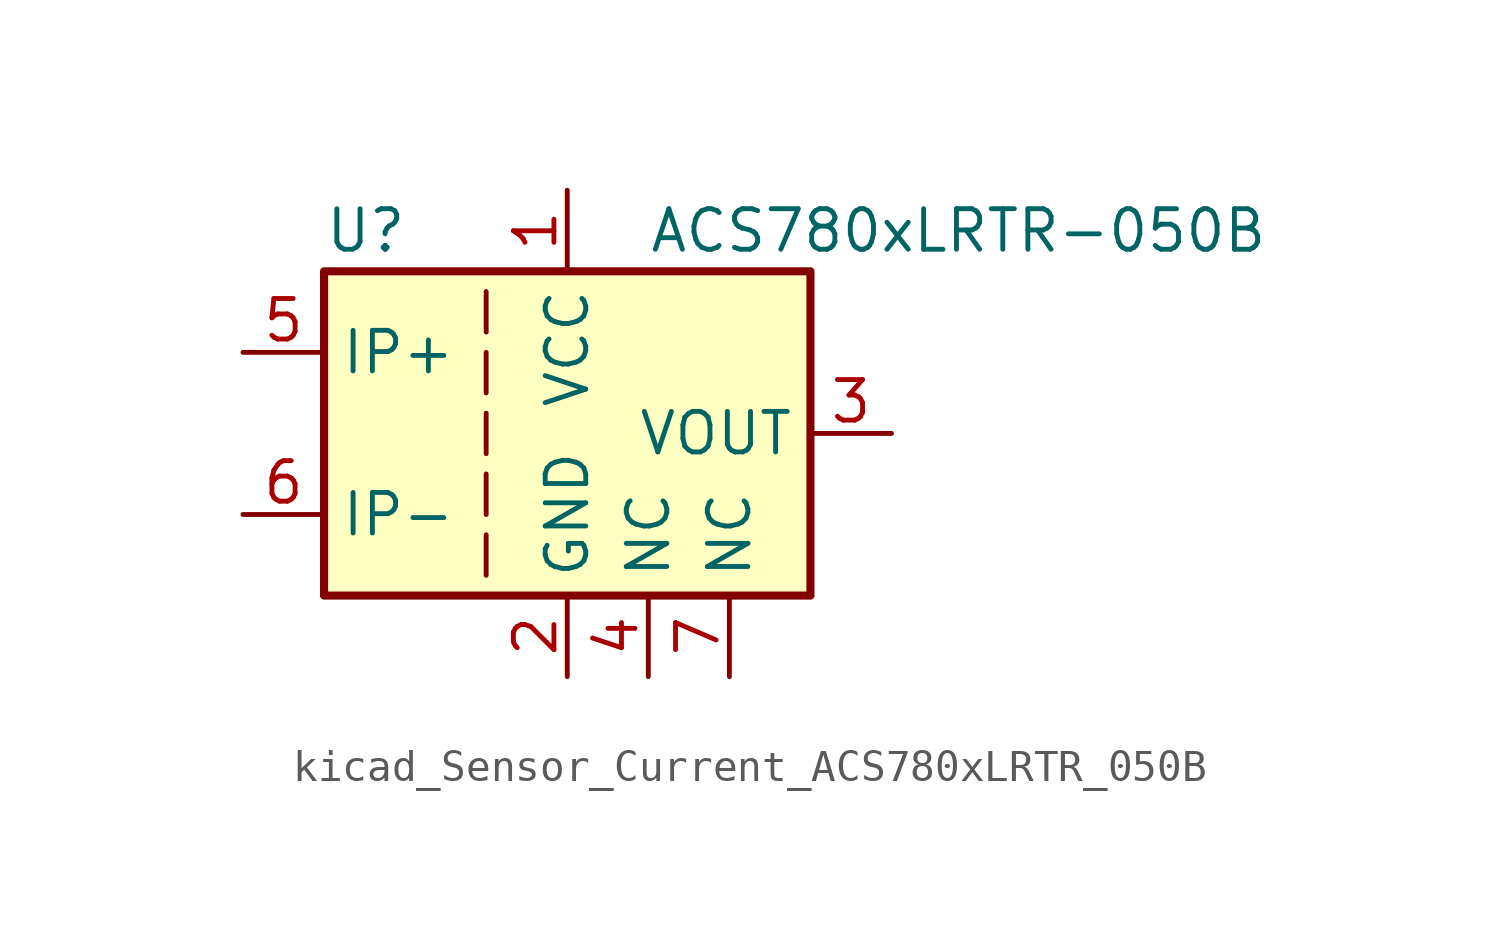
<source format=kicad_sym>
(kicad_symbol_lib
  (version 20220914)
  (generator kicad_symbol_editor)
  (symbol "kicad_Sensor_Current_ACS780xLRTR_050B"
    (property "Reference" "U"
      (at -7.62 6.35 0)
      (effects (font (size 1.27 1.27)) (justify left)))
    (property "Value" "ACS780xLRTR-050B"
      (at 2.54 6.35 0)
      (effects (font (size 1.27 1.27)) (justify left)))
    (symbol "kicad_Sensor_Current_ACS780xLRTR_050B_0_1"
      (rectangle (start -7.62 5.08) (end 7.62 -5.08) (stroke (width 0.254) (type default)) (fill (type background)))
      (polyline (pts (xy -2.54 -3.175) (xy -2.54 -4.445)) (stroke (width 0) (type default)) (fill (type none)))
      (polyline (pts (xy -2.54 -1.27) (xy -2.54 -2.54)) (stroke (width 0) (type default)) (fill (type none)))
      (polyline (pts (xy -2.54 0.635) (xy -2.54 -0.635)) (stroke (width 0) (type default)) (fill (type none)))
      (polyline (pts (xy -2.54 1.27) (xy -2.54 2.54)) (stroke (width 0) (type default)) (fill (type none)))
      (polyline (pts (xy -2.54 3.175) (xy -2.54 4.445)) (stroke (width 0) (type default)) (fill (type none))))
    (symbol "kicad_Sensor_Current_ACS780xLRTR_050B_1_1"
      (pin power_in line (at 0 7.62 270) (length 2.54) (name "VCC" (effects (font (size 1.27 1.27)))) (number "1" (effects (font (size 1.27 1.27)))))
      (pin power_in line (at 0 -7.62 90) (length 2.54) (name "GND" (effects (font (size 1.27 1.27)))) (number "2" (effects (font (size 1.27 1.27)))))
      (pin output line (at 10.16 0 180) (length 2.54) (name "VOUT" (effects (font (size 1.27 1.27)))) (number "3" (effects (font (size 1.27 1.27)))))
      (pin passive line (at 2.54 -7.62 90) (length 2.54) (name "NC" (effects (font (size 1.27 1.27)))) (number "4" (effects (font (size 1.27 1.27)))))
      (pin passive line (at -10.16 2.54 0) (length 2.54) (name "IP+" (effects (font (size 1.27 1.27)))) (number "5" (effects (font (size 1.27 1.27)))))
      (pin passive line (at -10.16 -2.54 0) (length 2.54) (name "IP-" (effects (font (size 1.27 1.27)))) (number "6" (effects (font (size 1.27 1.27)))))
      (pin passive line (at 5.08 -7.62 90) (length 2.54) (name "NC" (effects (font (size 1.27 1.27)))) (number "7" (effects (font (size 1.27 1.27))))))))
</source>
